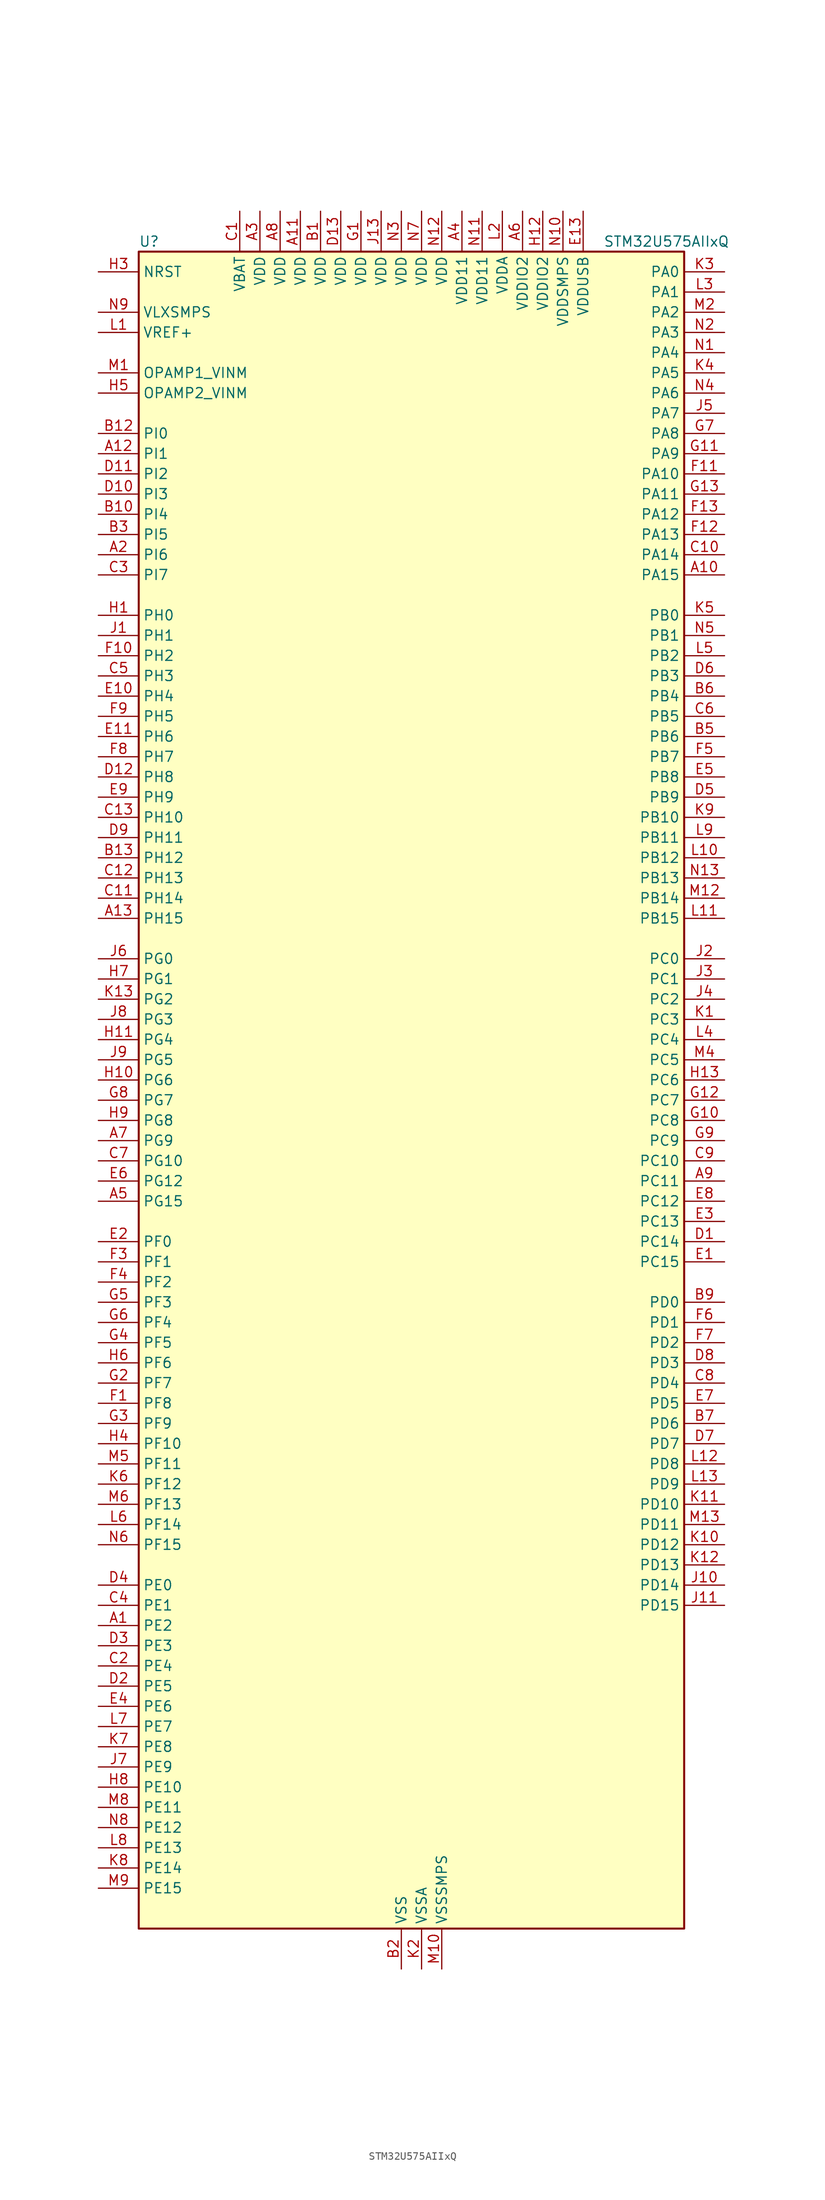
<source format=kicad_sym>
(kicad_symbol_lib
  (version 20211014)
  (generator kicad-library-utils)
  (symbol "STM32U575AIIxQ"
    (property "Reference" "U"
      (at -33.02 107.95 0)
      (effects (font (size 1.27 1.27)) (justify left)))
    (property "Value" "STM32U575AIIxQ"
      (at 25.4 107.95 0)
      (effects (font (size 1.27 1.27)) (justify left)))
    (property "ki_fp_filters" "*UFBGA*7x7mm*Layout13x13*P0.5mm*"
      (at 0.0 0.0 0.0)
      (effects (font (size 1.27 1.27))))
    (symbol "STM32U575AIIxQ_0_1"
      (rectangle (start -33.02 -104.14) (end 35.56 106.68) (stroke (width 0.254)) (fill (type background))))
    (symbol "STM32U575AIIxQ_1_1"
      (pin input line (at -38.1 104.14 0) (length 5.08) (name "NRST" (effects (font (size 1.27 1.27)))) (number "H3" (effects (font (size 1.27 1.27)))))
      (pin power_in line (at -38.1 99.06 0) (length 5.08) (name "VLXSMPS" (effects (font (size 1.27 1.27)))) (number "N9" (effects (font (size 1.27 1.27)))))
      (pin input line (at -38.1 96.52 0) (length 5.08) (name "VREF+" (effects (font (size 1.27 1.27)))) (number "L1" (effects (font (size 1.27 1.27)))) (alternate "VREFBUF_OUT" bidirectional line))
      (pin bidirectional line (at -38.1 91.44 0) (length 5.08) (name "OPAMP1_VINM" (effects (font (size 1.27 1.27)))) (number "M1" (effects (font (size 1.27 1.27)))) (alternate "OPAMP1_VINM" bidirectional line))
      (pin bidirectional line (at -38.1 88.9 0) (length 5.08) (name "OPAMP2_VINM" (effects (font (size 1.27 1.27)))) (number "H5" (effects (font (size 1.27 1.27)))) (alternate "OPAMP2_VINM" bidirectional line))
      (pin bidirectional line (at -38.1 83.82 0) (length 5.08) (name "PI0" (effects (font (size 1.27 1.27)))) (number "B12" (effects (font (size 1.27 1.27)))) (alternate "DCMI_D13" bidirectional line) (alternate "OCTOSPIM_P1_IO5" bidirectional line) (alternate "PSSI_D13" bidirectional line) (alternate "SPI2_NSS" bidirectional line) (alternate "TIM5_CH4" bidirectional line))
      (pin bidirectional line (at -38.1 81.28 0) (length 5.08) (name "PI1" (effects (font (size 1.27 1.27)))) (number "A12" (effects (font (size 1.27 1.27)))) (alternate "DCMI_D8" bidirectional line) (alternate "OCTOSPIM_P2_IO2" bidirectional line) (alternate "PSSI_D8" bidirectional line) (alternate "SPI2_SCK" bidirectional line))
      (pin bidirectional line (at -38.1 78.74 0) (length 5.08) (name "PI2" (effects (font (size 1.27 1.27)))) (number "D11" (effects (font (size 1.27 1.27)))) (alternate "DCMI_D9" bidirectional line) (alternate "OCTOSPIM_P2_IO1" bidirectional line) (alternate "PSSI_D9" bidirectional line) (alternate "SPI2_MISO" bidirectional line) (alternate "TIM8_CH4" bidirectional line))
      (pin bidirectional line (at -38.1 76.2 0) (length 5.08) (name "PI3" (effects (font (size 1.27 1.27)))) (number "D10" (effects (font (size 1.27 1.27)))) (alternate "DCMI_D10" bidirectional line) (alternate "OCTOSPIM_P2_IO0" bidirectional line) (alternate "PSSI_D10" bidirectional line) (alternate "SPI2_MOSI" bidirectional line) (alternate "TIM8_ETR" bidirectional line))
      (pin bidirectional line (at -38.1 73.66 0) (length 5.08) (name "PI4" (effects (font (size 1.27 1.27)))) (number "B10" (effects (font (size 1.27 1.27)))) (alternate "DCMI_D5" bidirectional line) (alternate "PSSI_D5" bidirectional line) (alternate "SPI2_RDY" bidirectional line) (alternate "TIM8_BKIN" bidirectional line))
      (pin bidirectional line (at -38.1 71.12 0) (length 5.08) (name "PI5" (effects (font (size 1.27 1.27)))) (number "B3" (effects (font (size 1.27 1.27)))) (alternate "DCMI_VSYNC" bidirectional line) (alternate "OCTOSPIM_P2_NCS" bidirectional line) (alternate "PSSI_RDY" bidirectional line) (alternate "TIM8_CH1" bidirectional line))
      (pin bidirectional line (at -38.1 68.58 0) (length 5.08) (name "PI6" (effects (font (size 1.27 1.27)))) (number "A2" (effects (font (size 1.27 1.27)))) (alternate "DCMI_D6" bidirectional line) (alternate "OCTOSPIM_P2_CLK" bidirectional line) (alternate "PSSI_D6" bidirectional line) (alternate "TIM8_CH2" bidirectional line))
      (pin bidirectional line (at -38.1 66.04 0) (length 5.08) (name "PI7" (effects (font (size 1.27 1.27)))) (number "C3" (effects (font (size 1.27 1.27)))) (alternate "DCMI_D7" bidirectional line) (alternate "OCTOSPIM_P2_NCLK" bidirectional line) (alternate "PSSI_D7" bidirectional line) (alternate "TIM8_CH3" bidirectional line))
      (pin bidirectional line (at -38.1 60.96 0) (length 5.08) (name "PH0" (effects (font (size 1.27 1.27)))) (number "H1" (effects (font (size 1.27 1.27)))) (alternate "RCC_OSC_IN" bidirectional line))
      (pin bidirectional line (at -38.1 58.42 0) (length 5.08) (name "PH1" (effects (font (size 1.27 1.27)))) (number "J1" (effects (font (size 1.27 1.27)))) (alternate "RCC_OSC_OUT" bidirectional line))
      (pin bidirectional line (at -38.1 55.88 0) (length 5.08) (name "PH2" (effects (font (size 1.27 1.27)))) (number "F10" (effects (font (size 1.27 1.27)))) (alternate "OCTOSPIM_P1_IO4" bidirectional line))
      (pin bidirectional line (at -38.1 53.34 0) (length 5.08) (name "PH3" (effects (font (size 1.27 1.27)))) (number "C5" (effects (font (size 1.27 1.27)))))
      (pin bidirectional line (at -38.1 50.8 0) (length 5.08) (name "PH4" (effects (font (size 1.27 1.27)))) (number "E10" (effects (font (size 1.27 1.27)))) (alternate "I2C2_SCL" bidirectional line) (alternate "OCTOSPIM_P2_DQS" bidirectional line) (alternate "PSSI_D14" bidirectional line))
      (pin bidirectional line (at -38.1 48.26 0) (length 5.08) (name "PH5" (effects (font (size 1.27 1.27)))) (number "F9" (effects (font (size 1.27 1.27)))) (alternate "DCMI_PIXCLK" bidirectional line) (alternate "I2C2_SDA" bidirectional line) (alternate "PSSI_PDCK" bidirectional line))
      (pin bidirectional line (at -38.1 45.72 0) (length 5.08) (name "PH6" (effects (font (size 1.27 1.27)))) (number "E11" (effects (font (size 1.27 1.27)))) (alternate "DCMI_D8" bidirectional line) (alternate "I2C2_SMBA" bidirectional line) (alternate "OCTOSPIM_P2_CLK" bidirectional line) (alternate "PSSI_D8" bidirectional line))
      (pin bidirectional line (at -38.1 43.18 0) (length 5.08) (name "PH7" (effects (font (size 1.27 1.27)))) (number "F8" (effects (font (size 1.27 1.27)))) (alternate "DCMI_D9" bidirectional line) (alternate "I2C3_SCL" bidirectional line) (alternate "OCTOSPIM_P2_NCLK" bidirectional line) (alternate "PSSI_D9" bidirectional line))
      (pin bidirectional line (at -38.1 40.64 0) (length 5.08) (name "PH8" (effects (font (size 1.27 1.27)))) (number "D12" (effects (font (size 1.27 1.27)))) (alternate "DCMI_HSYNC" bidirectional line) (alternate "I2C3_SDA" bidirectional line) (alternate "OCTOSPIM_P2_IO3" bidirectional line) (alternate "PSSI_DE" bidirectional line))
      (pin bidirectional line (at -38.1 38.1 0) (length 5.08) (name "PH9" (effects (font (size 1.27 1.27)))) (number "E9" (effects (font (size 1.27 1.27)))) (alternate "DAC1_EXTI9" bidirectional line) (alternate "DCMI_D0" bidirectional line) (alternate "I2C3_SMBA" bidirectional line) (alternate "OCTOSPIM_P2_IO4" bidirectional line) (alternate "PSSI_D0" bidirectional line))
      (pin bidirectional line (at -38.1 35.56 0) (length 5.08) (name "PH10" (effects (font (size 1.27 1.27)))) (number "C13" (effects (font (size 1.27 1.27)))) (alternate "DCMI_D1" bidirectional line) (alternate "OCTOSPIM_P2_IO5" bidirectional line) (alternate "PSSI_D1" bidirectional line) (alternate "TIM5_CH1" bidirectional line))
      (pin bidirectional line (at -38.1 33.02 0) (length 5.08) (name "PH11" (effects (font (size 1.27 1.27)))) (number "D9" (effects (font (size 1.27 1.27)))) (alternate "ADC1_EXTI11" bidirectional line) (alternate "DCMI_D2" bidirectional line) (alternate "OCTOSPIM_P2_IO6" bidirectional line) (alternate "PSSI_D2" bidirectional line) (alternate "TIM5_CH2" bidirectional line))
      (pin bidirectional line (at -38.1 30.48 0) (length 5.08) (name "PH12" (effects (font (size 1.27 1.27)))) (number "B13" (effects (font (size 1.27 1.27)))) (alternate "DCMI_D3" bidirectional line) (alternate "OCTOSPIM_P2_IO7" bidirectional line) (alternate "PSSI_D3" bidirectional line) (alternate "TIM5_CH3" bidirectional line) (alternate "TIM8_CH4N" bidirectional line))
      (pin bidirectional line (at -38.1 27.94 0) (length 5.08) (name "PH13" (effects (font (size 1.27 1.27)))) (number "C12" (effects (font (size 1.27 1.27)))) (alternate "FDCAN1_TX" bidirectional line) (alternate "TIM8_CH1N" bidirectional line))
      (pin bidirectional line (at -38.1 25.4 0) (length 5.08) (name "PH14" (effects (font (size 1.27 1.27)))) (number "C11" (effects (font (size 1.27 1.27)))) (alternate "DCMI_D4" bidirectional line) (alternate "FDCAN1_RX" bidirectional line) (alternate "PSSI_D4" bidirectional line) (alternate "TIM8_CH2N" bidirectional line))
      (pin bidirectional line (at -38.1 22.86 0) (length 5.08) (name "PH15" (effects (font (size 1.27 1.27)))) (number "A13" (effects (font (size 1.27 1.27)))) (alternate "ADC1_EXTI15" bidirectional line) (alternate "ADC4_EXTI15" bidirectional line) (alternate "DCMI_D11" bidirectional line) (alternate "OCTOSPIM_P2_IO6" bidirectional line) (alternate "PSSI_D11" bidirectional line) (alternate "TIM8_CH3N" bidirectional line))
      (pin bidirectional line (at -38.1 17.78 0) (length 5.08) (name "PG0" (effects (font (size 1.27 1.27)))) (number "J6" (effects (font (size 1.27 1.27)))) (alternate "ADC4_IN7" bidirectional line) (alternate "FMC_A10" bidirectional line) (alternate "OCTOSPIM_P2_IO4" bidirectional line) (alternate "TSC_G8_IO3" bidirectional line))
      (pin bidirectional line (at -38.1 15.24 0) (length 5.08) (name "PG1" (effects (font (size 1.27 1.27)))) (number "H7" (effects (font (size 1.27 1.27)))) (alternate "ADC4_IN8" bidirectional line) (alternate "FMC_A11" bidirectional line) (alternate "OCTOSPIM_P2_IO5" bidirectional line) (alternate "TSC_G8_IO4" bidirectional line))
      (pin bidirectional line (at -38.1 12.7 0) (length 5.08) (name "PG2" (effects (font (size 1.27 1.27)))) (number "K13" (effects (font (size 1.27 1.27)))) (alternate "FMC_A12" bidirectional line) (alternate "SAI2_SCK_B" bidirectional line) (alternate "SPI1_SCK" bidirectional line))
      (pin bidirectional line (at -38.1 10.16 0) (length 5.08) (name "PG3" (effects (font (size 1.27 1.27)))) (number "J8" (effects (font (size 1.27 1.27)))) (alternate "FMC_A13" bidirectional line) (alternate "SAI2_FS_B" bidirectional line) (alternate "SPI1_MISO" bidirectional line))
      (pin bidirectional line (at -38.1 7.62 0) (length 5.08) (name "PG4" (effects (font (size 1.27 1.27)))) (number "H11" (effects (font (size 1.27 1.27)))) (alternate "FMC_A14" bidirectional line) (alternate "SAI2_MCLK_B" bidirectional line) (alternate "SPI1_MOSI" bidirectional line))
      (pin bidirectional line (at -38.1 5.08 0) (length 5.08) (name "PG5" (effects (font (size 1.27 1.27)))) (number "J9" (effects (font (size 1.27 1.27)))) (alternate "FMC_A15" bidirectional line) (alternate "LPUART1_CTS" bidirectional line) (alternate "SAI2_SD_B" bidirectional line) (alternate "SPI1_NSS" bidirectional line))
      (pin bidirectional line (at -38.1 2.54 0) (length 5.08) (name "PG6" (effects (font (size 1.27 1.27)))) (number "H10" (effects (font (size 1.27 1.27)))) (alternate "I2C3_SMBA" bidirectional line) (alternate "LPUART1_DE" bidirectional line) (alternate "LPUART1_RTS" bidirectional line) (alternate "OCTOSPIM_P1_DQS" bidirectional line) (alternate "SPI1_RDY" bidirectional line) (alternate "UCPD1_FRSTX1" bidirectional line))
      (pin bidirectional line (at -38.1 0.0 0) (length 5.08) (name "PG7" (effects (font (size 1.27 1.27)))) (number "G8" (effects (font (size 1.27 1.27)))) (alternate "FMC_INT" bidirectional line) (alternate "I2C3_SCL" bidirectional line) (alternate "LPUART1_TX" bidirectional line) (alternate "MDF1_CCK0" bidirectional line) (alternate "OCTOSPIM_P2_DQS" bidirectional line) (alternate "SAI1_CK1" bidirectional line) (alternate "SAI1_MCLK_A" bidirectional line) (alternate "UCPD1_FRSTX2" bidirectional line))
      (pin bidirectional line (at -38.1 -2.54 0) (length 5.08) (name "PG8" (effects (font (size 1.27 1.27)))) (number "H9" (effects (font (size 1.27 1.27)))) (alternate "I2C3_SDA" bidirectional line) (alternate "LPUART1_RX" bidirectional line))
      (pin bidirectional line (at -38.1 -5.08 0) (length 5.08) (name "PG9" (effects (font (size 1.27 1.27)))) (number "A7" (effects (font (size 1.27 1.27)))) (alternate "DAC1_EXTI9" bidirectional line) (alternate "FMC_NCE" bidirectional line) (alternate "FMC_NE2" bidirectional line) (alternate "OCTOSPIM_P2_IO6" bidirectional line) (alternate "SAI2_SCK_A" bidirectional line) (alternate "SPI3_SCK" bidirectional line) (alternate "TIM15_CH1N" bidirectional line) (alternate "USART1_TX" bidirectional line))
      (pin bidirectional line (at -38.1 -7.62 0) (length 5.08) (name "PG10" (effects (font (size 1.27 1.27)))) (number "C7" (effects (font (size 1.27 1.27)))) (alternate "FMC_NE3" bidirectional line) (alternate "LPTIM1_IN1" bidirectional line) (alternate "OCTOSPIM_P2_IO7" bidirectional line) (alternate "SAI2_FS_A" bidirectional line) (alternate "SPI3_MISO" bidirectional line) (alternate "TIM15_CH1" bidirectional line) (alternate "USART1_RX" bidirectional line))
      (pin bidirectional line (at -38.1 -10.16 0) (length 5.08) (name "PG12" (effects (font (size 1.27 1.27)))) (number "E6" (effects (font (size 1.27 1.27)))) (alternate "FMC_NE4" bidirectional line) (alternate "LPTIM1_ETR" bidirectional line) (alternate "OCTOSPIM_P2_NCS" bidirectional line) (alternate "SAI2_SD_A" bidirectional line) (alternate "SPI3_NSS" bidirectional line) (alternate "USART1_DE" bidirectional line) (alternate "USART1_RTS" bidirectional line))
      (pin bidirectional line (at -38.1 -12.7 0) (length 5.08) (name "PG15" (effects (font (size 1.27 1.27)))) (number "A5" (effects (font (size 1.27 1.27)))) (alternate "ADC1_EXTI15" bidirectional line) (alternate "ADC4_EXTI15" bidirectional line) (alternate "DCMI_D13" bidirectional line) (alternate "I2C1_SMBA" bidirectional line) (alternate "LPTIM1_CH1" bidirectional line) (alternate "OCTOSPIM_P2_DQS" bidirectional line) (alternate "PSSI_D13" bidirectional line))
      (pin bidirectional line (at -38.1 -17.78 0) (length 5.08) (name "PF0" (effects (font (size 1.27 1.27)))) (number "E2" (effects (font (size 1.27 1.27)))) (alternate "FMC_A0" bidirectional line) (alternate "I2C2_SDA" bidirectional line) (alternate "OCTOSPIM_P2_IO0" bidirectional line))
      (pin bidirectional line (at -38.1 -20.32 0) (length 5.08) (name "PF1" (effects (font (size 1.27 1.27)))) (number "F3" (effects (font (size 1.27 1.27)))) (alternate "FMC_A1" bidirectional line) (alternate "I2C2_SCL" bidirectional line) (alternate "OCTOSPIM_P2_IO1" bidirectional line))
      (pin bidirectional line (at -38.1 -22.86 0) (length 5.08) (name "PF2" (effects (font (size 1.27 1.27)))) (number "F4" (effects (font (size 1.27 1.27)))) (alternate "FMC_A2" bidirectional line) (alternate "I2C2_SMBA" bidirectional line) (alternate "LPTIM3_CH2" bidirectional line) (alternate "OCTOSPIM_P2_IO2" bidirectional line) (alternate "PWR_WKUP8" bidirectional line))
      (pin bidirectional line (at -38.1 -25.4 0) (length 5.08) (name "PF3" (effects (font (size 1.27 1.27)))) (number "G5" (effects (font (size 1.27 1.27)))) (alternate "FMC_A3" bidirectional line) (alternate "LPTIM3_IN1" bidirectional line) (alternate "OCTOSPIM_P2_IO3" bidirectional line))
      (pin bidirectional line (at -38.1 -27.94 0) (length 5.08) (name "PF4" (effects (font (size 1.27 1.27)))) (number "G6" (effects (font (size 1.27 1.27)))) (alternate "FMC_A4" bidirectional line) (alternate "LPTIM3_ETR" bidirectional line) (alternate "OCTOSPIM_P2_CLK" bidirectional line))
      (pin bidirectional line (at -38.1 -30.48 0) (length 5.08) (name "PF5" (effects (font (size 1.27 1.27)))) (number "G4" (effects (font (size 1.27 1.27)))) (alternate "FMC_A5" bidirectional line) (alternate "LPTIM3_CH1" bidirectional line) (alternate "OCTOSPIM_P2_NCLK" bidirectional line))
      (pin bidirectional line (at -38.1 -33.02 0) (length 5.08) (name "PF6" (effects (font (size 1.27 1.27)))) (number "H6" (effects (font (size 1.27 1.27)))) (alternate "DCMI_D12" bidirectional line) (alternate "OCTOSPIM_P1_IO3" bidirectional line) (alternate "OCTOSPIM_P2_NCS" bidirectional line) (alternate "PSSI_D12" bidirectional line) (alternate "SAI1_SD_B" bidirectional line) (alternate "TIM5_CH1" bidirectional line) (alternate "TIM5_ETR" bidirectional line))
      (pin bidirectional line (at -38.1 -35.56 0) (length 5.08) (name "PF7" (effects (font (size 1.27 1.27)))) (number "G2" (effects (font (size 1.27 1.27)))) (alternate "FDCAN1_RX" bidirectional line) (alternate "OCTOSPIM_P1_IO2" bidirectional line) (alternate "SAI1_MCLK_B" bidirectional line) (alternate "TIM5_CH2" bidirectional line))
      (pin bidirectional line (at -38.1 -38.1 0) (length 5.08) (name "PF8" (effects (font (size 1.27 1.27)))) (number "F1" (effects (font (size 1.27 1.27)))) (alternate "FDCAN1_TX" bidirectional line) (alternate "OCTOSPIM_P1_IO0" bidirectional line) (alternate "PSSI_D14" bidirectional line) (alternate "SAI1_SCK_B" bidirectional line) (alternate "TIM5_CH3" bidirectional line))
      (pin bidirectional line (at -38.1 -40.64 0) (length 5.08) (name "PF9" (effects (font (size 1.27 1.27)))) (number "G3" (effects (font (size 1.27 1.27)))) (alternate "DAC1_EXTI9" bidirectional line) (alternate "OCTOSPIM_P1_IO1" bidirectional line) (alternate "PSSI_D15" bidirectional line) (alternate "SAI1_FS_B" bidirectional line) (alternate "TIM15_CH1" bidirectional line) (alternate "TIM5_CH4" bidirectional line))
      (pin bidirectional line (at -38.1 -43.18 0) (length 5.08) (name "PF10" (effects (font (size 1.27 1.27)))) (number "H4" (effects (font (size 1.27 1.27)))) (alternate "DCMI_D11" bidirectional line) (alternate "MDF1_CCK1" bidirectional line) (alternate "OCTOSPIM_P1_CLK" bidirectional line) (alternate "PSSI_D11" bidirectional line) (alternate "PSSI_D15" bidirectional line) (alternate "SAI1_D3" bidirectional line) (alternate "TIM15_CH2" bidirectional line))
      (pin bidirectional line (at -38.1 -45.72 0) (length 5.08) (name "PF11" (effects (font (size 1.27 1.27)))) (number "M5" (effects (font (size 1.27 1.27)))) (alternate "ADC1_EXTI11" bidirectional line) (alternate "DCMI_D12" bidirectional line) (alternate "LPTIM4_IN1" bidirectional line) (alternate "OCTOSPIM_P1_NCLK" bidirectional line) (alternate "PSSI_D12" bidirectional line))
      (pin bidirectional line (at -38.1 -48.26 0) (length 5.08) (name "PF12" (effects (font (size 1.27 1.27)))) (number "K6" (effects (font (size 1.27 1.27)))) (alternate "FMC_A6" bidirectional line) (alternate "LPTIM4_ETR" bidirectional line) (alternate "OCTOSPIM_P2_DQS" bidirectional line))
      (pin bidirectional line (at -38.1 -50.8 0) (length 5.08) (name "PF13" (effects (font (size 1.27 1.27)))) (number "M6" (effects (font (size 1.27 1.27)))) (alternate "FMC_A7" bidirectional line) (alternate "I2C4_SMBA" bidirectional line) (alternate "LPTIM4_OUT" bidirectional line) (alternate "UCPD1_FRSTX2" bidirectional line))
      (pin bidirectional line (at -38.1 -53.34 0) (length 5.08) (name "PF14" (effects (font (size 1.27 1.27)))) (number "L6" (effects (font (size 1.27 1.27)))) (alternate "ADC4_IN5" bidirectional line) (alternate "FMC_A8" bidirectional line) (alternate "I2C4_SCL" bidirectional line) (alternate "TSC_G8_IO1" bidirectional line))
      (pin bidirectional line (at -38.1 -55.88 0) (length 5.08) (name "PF15" (effects (font (size 1.27 1.27)))) (number "N6" (effects (font (size 1.27 1.27)))) (alternate "ADC1_EXTI15" bidirectional line) (alternate "ADC4_EXTI15" bidirectional line) (alternate "ADC4_IN6" bidirectional line) (alternate "FMC_A9" bidirectional line) (alternate "I2C4_SDA" bidirectional line) (alternate "TSC_G8_IO2" bidirectional line))
      (pin bidirectional line (at -38.1 -60.96 0) (length 5.08) (name "PE0" (effects (font (size 1.27 1.27)))) (number "D4" (effects (font (size 1.27 1.27)))) (alternate "DCMI_D2" bidirectional line) (alternate "FMC_NBL0" bidirectional line) (alternate "PSSI_D2" bidirectional line) (alternate "TIM16_CH1" bidirectional line) (alternate "TIM4_ETR" bidirectional line))
      (pin bidirectional line (at -38.1 -63.5 0) (length 5.08) (name "PE1" (effects (font (size 1.27 1.27)))) (number "C4" (effects (font (size 1.27 1.27)))) (alternate "DCMI_D3" bidirectional line) (alternate "FMC_NBL1" bidirectional line) (alternate "PSSI_D3" bidirectional line) (alternate "TIM17_CH1" bidirectional line))
      (pin bidirectional line (at -38.1 -66.04 0) (length 5.08) (name "PE2" (effects (font (size 1.27 1.27)))) (number "A1" (effects (font (size 1.27 1.27)))) (alternate "DEBUG_TRACECLK" bidirectional line) (alternate "FMC_A23" bidirectional line) (alternate "SAI1_CK1" bidirectional line) (alternate "SAI1_MCLK_A" bidirectional line) (alternate "TIM3_ETR" bidirectional line) (alternate "TSC_G7_IO1" bidirectional line))
      (pin bidirectional line (at -38.1 -68.58 0) (length 5.08) (name "PE3" (effects (font (size 1.27 1.27)))) (number "D3" (effects (font (size 1.27 1.27)))) (alternate "DEBUG_TRACED0" bidirectional line) (alternate "FMC_A19" bidirectional line) (alternate "OCTOSPIM_P1_DQS" bidirectional line) (alternate "SAI1_SD_B" bidirectional line) (alternate "TAMP_IN6" bidirectional line) (alternate "TAMP_OUT3" bidirectional line) (alternate "TIM3_CH1" bidirectional line) (alternate "TSC_G7_IO2" bidirectional line))
      (pin bidirectional line (at -38.1 -71.12 0) (length 5.08) (name "PE4" (effects (font (size 1.27 1.27)))) (number "C2" (effects (font (size 1.27 1.27)))) (alternate "DCMI_D4" bidirectional line) (alternate "DEBUG_TRACED1" bidirectional line) (alternate "FMC_A20" bidirectional line) (alternate "MDF1_SDI3" bidirectional line) (alternate "PSSI_D4" bidirectional line) (alternate "PWR_WKUP1" bidirectional line) (alternate "SAI1_D2" bidirectional line) (alternate "SAI1_FS_A" bidirectional line) (alternate "TAMP_IN7" bidirectional line) (alternate "TAMP_OUT8" bidirectional line) (alternate "TIM3_CH2" bidirectional line) (alternate "TSC_G7_IO3" bidirectional line))
      (pin bidirectional line (at -38.1 -73.66 0) (length 5.08) (name "PE5" (effects (font (size 1.27 1.27)))) (number "D2" (effects (font (size 1.27 1.27)))) (alternate "DCMI_D6" bidirectional line) (alternate "DEBUG_TRACED2" bidirectional line) (alternate "FMC_A21" bidirectional line) (alternate "MDF1_CKI3" bidirectional line) (alternate "PSSI_D6" bidirectional line) (alternate "PWR_WKUP2" bidirectional line) (alternate "SAI1_CK2" bidirectional line) (alternate "SAI1_SCK_A" bidirectional line) (alternate "TAMP_IN8" bidirectional line) (alternate "TAMP_OUT7" bidirectional line) (alternate "TIM3_CH3" bidirectional line) (alternate "TSC_G7_IO4" bidirectional line))
      (pin bidirectional line (at -38.1 -76.2 0) (length 5.08) (name "PE6" (effects (font (size 1.27 1.27)))) (number "E4" (effects (font (size 1.27 1.27)))) (alternate "DCMI_D7" bidirectional line) (alternate "DEBUG_TRACED3" bidirectional line) (alternate "FMC_A22" bidirectional line) (alternate "PSSI_D7" bidirectional line) (alternate "PWR_WKUP3" bidirectional line) (alternate "SAI1_D1" bidirectional line) (alternate "SAI1_SD_A" bidirectional line) (alternate "TAMP_IN3" bidirectional line) (alternate "TAMP_OUT6" bidirectional line) (alternate "TIM3_CH4" bidirectional line))
      (pin bidirectional line (at -38.1 -78.74 0) (length 5.08) (name "PE7" (effects (font (size 1.27 1.27)))) (number "L7" (effects (font (size 1.27 1.27)))) (alternate "FMC_D4" bidirectional line) (alternate "FMC_DA4" bidirectional line) (alternate "MDF1_SDI2" bidirectional line) (alternate "PWR_WKUP6" bidirectional line) (alternate "SAI1_SD_B" bidirectional line) (alternate "TIM1_ETR" bidirectional line))
      (pin bidirectional line (at -38.1 -81.28 0) (length 5.08) (name "PE8" (effects (font (size 1.27 1.27)))) (number "K7" (effects (font (size 1.27 1.27)))) (alternate "FMC_D5" bidirectional line) (alternate "FMC_DA5" bidirectional line) (alternate "MDF1_CKI2" bidirectional line) (alternate "PWR_WKUP7" bidirectional line) (alternate "SAI1_SCK_B" bidirectional line) (alternate "TIM1_CH1N" bidirectional line))
      (pin bidirectional line (at -38.1 -83.82 0) (length 5.08) (name "PE9" (effects (font (size 1.27 1.27)))) (number "J7" (effects (font (size 1.27 1.27)))) (alternate "ADF1_CCK0" bidirectional line) (alternate "DAC1_EXTI9" bidirectional line) (alternate "FMC_D6" bidirectional line) (alternate "FMC_DA6" bidirectional line) (alternate "MDF1_CCK0" bidirectional line) (alternate "OCTOSPIM_P1_NCLK" bidirectional line) (alternate "SAI1_FS_B" bidirectional line) (alternate "TIM1_CH1" bidirectional line))
      (pin bidirectional line (at -38.1 -86.36 0) (length 5.08) (name "PE10" (effects (font (size 1.27 1.27)))) (number "H8" (effects (font (size 1.27 1.27)))) (alternate "ADF1_SDI0" bidirectional line) (alternate "FMC_D7" bidirectional line) (alternate "FMC_DA7" bidirectional line) (alternate "MDF1_SDI4" bidirectional line) (alternate "OCTOSPIM_P1_CLK" bidirectional line) (alternate "SAI1_MCLK_B" bidirectional line) (alternate "TIM1_CH2N" bidirectional line) (alternate "TSC_G5_IO1" bidirectional line))
      (pin bidirectional line (at -38.1 -88.9 0) (length 5.08) (name "PE11" (effects (font (size 1.27 1.27)))) (number "M8" (effects (font (size 1.27 1.27)))) (alternate "ADC1_EXTI11" bidirectional line) (alternate "FMC_D8" bidirectional line) (alternate "FMC_DA8" bidirectional line) (alternate "MDF1_CKI4" bidirectional line) (alternate "OCTOSPIM_P1_NCS" bidirectional line) (alternate "SPI1_RDY" bidirectional line) (alternate "TIM1_CH2" bidirectional line) (alternate "TSC_G5_IO2" bidirectional line))
      (pin bidirectional line (at -38.1 -91.44 0) (length 5.08) (name "PE12" (effects (font (size 1.27 1.27)))) (number "N8" (effects (font (size 1.27 1.27)))) (alternate "FMC_D9" bidirectional line) (alternate "FMC_DA9" bidirectional line) (alternate "MDF1_SDI5" bidirectional line) (alternate "OCTOSPIM_P1_IO0" bidirectional line) (alternate "SPI1_NSS" bidirectional line) (alternate "TIM1_CH3N" bidirectional line) (alternate "TSC_G5_IO3" bidirectional line))
      (pin bidirectional line (at -38.1 -93.98 0) (length 5.08) (name "PE13" (effects (font (size 1.27 1.27)))) (number "L8" (effects (font (size 1.27 1.27)))) (alternate "FMC_D10" bidirectional line) (alternate "FMC_DA10" bidirectional line) (alternate "MDF1_CKI5" bidirectional line) (alternate "OCTOSPIM_P1_IO1" bidirectional line) (alternate "SPI1_SCK" bidirectional line) (alternate "TIM1_CH3" bidirectional line) (alternate "TSC_G5_IO4" bidirectional line))
      (pin bidirectional line (at -38.1 -96.52 0) (length 5.08) (name "PE14" (effects (font (size 1.27 1.27)))) (number "K8" (effects (font (size 1.27 1.27)))) (alternate "FMC_D11" bidirectional line) (alternate "FMC_DA11" bidirectional line) (alternate "OCTOSPIM_P1_IO2" bidirectional line) (alternate "SPI1_MISO" bidirectional line) (alternate "TIM1_BKIN2" bidirectional line) (alternate "TIM1_CH4" bidirectional line))
      (pin bidirectional line (at -38.1 -99.06 0) (length 5.08) (name "PE15" (effects (font (size 1.27 1.27)))) (number "M9" (effects (font (size 1.27 1.27)))) (alternate "ADC1_EXTI15" bidirectional line) (alternate "ADC4_EXTI15" bidirectional line) (alternate "FMC_D12" bidirectional line) (alternate "FMC_DA12" bidirectional line) (alternate "OCTOSPIM_P1_IO3" bidirectional line) (alternate "SPI1_MOSI" bidirectional line) (alternate "TIM1_BKIN" bidirectional line) (alternate "TIM1_CH4N" bidirectional line))
      (pin bidirectional line (at 40.64 104.14 180) (length 5.08) (name "PA0" (effects (font (size 1.27 1.27)))) (number "K3" (effects (font (size 1.27 1.27)))) (alternate "ADC1_IN5" bidirectional line) (alternate "AUDIOCLK" bidirectional line) (alternate "OCTOSPIM_P2_NCS" bidirectional line) (alternate "OPAMP1_VINP" bidirectional line) (alternate "PWR_WKUP1" bidirectional line) (alternate "SDMMC2_CMD" bidirectional line) (alternate "SPI3_RDY" bidirectional line) (alternate "TAMP_IN2" bidirectional line) (alternate "TAMP_OUT1" bidirectional line) (alternate "TIM2_CH1" bidirectional line) (alternate "TIM2_ETR" bidirectional line) (alternate "TIM5_CH1" bidirectional line) (alternate "TIM8_ETR" bidirectional line) (alternate "UART4_TX" bidirectional line) (alternate "USART2_CTS" bidirectional line))
      (pin bidirectional line (at 40.64 101.6 180) (length 5.08) (name "PA1" (effects (font (size 1.27 1.27)))) (number "L3" (effects (font (size 1.27 1.27)))) (alternate "ADC1_IN6" bidirectional line) (alternate "I2C1_SMBA" bidirectional line) (alternate "LPTIM1_CH2" bidirectional line) (alternate "OCTOSPIM_P1_DQS" bidirectional line) (alternate "OPAMP1_VINM" bidirectional line) (alternate "PWR_WKUP3" bidirectional line) (alternate "SPI1_SCK" bidirectional line) (alternate "TAMP_IN5" bidirectional line) (alternate "TAMP_OUT4" bidirectional line) (alternate "TIM15_CH1N" bidirectional line) (alternate "TIM2_CH2" bidirectional line) (alternate "TIM5_CH2" bidirectional line) (alternate "UART4_RX" bidirectional line) (alternate "USART2_DE" bidirectional line) (alternate "USART2_RTS" bidirectional line))
      (pin bidirectional line (at 40.64 99.06 180) (length 5.08) (name "PA2" (effects (font (size 1.27 1.27)))) (number "M2" (effects (font (size 1.27 1.27)))) (alternate "ADC1_IN7" bidirectional line) (alternate "COMP1_INP" bidirectional line) (alternate "LPUART1_TX" bidirectional line) (alternate "OCTOSPIM_P1_NCS" bidirectional line) (alternate "PWR_WKUP4" bidirectional line) (alternate "RCC_LSCO" bidirectional line) (alternate "SPI1_RDY" bidirectional line) (alternate "TIM15_CH1" bidirectional line) (alternate "TIM2_CH3" bidirectional line) (alternate "TIM5_CH3" bidirectional line) (alternate "UCPD1_FRSTX1" bidirectional line) (alternate "USART2_TX" bidirectional line))
      (pin bidirectional line (at 40.64 96.52 180) (length 5.08) (name "PA3" (effects (font (size 1.27 1.27)))) (number "N2" (effects (font (size 1.27 1.27)))) (alternate "ADC1_IN8" bidirectional line) (alternate "LPUART1_RX" bidirectional line) (alternate "OCTOSPIM_P1_CLK" bidirectional line) (alternate "OPAMP1_VOUT" bidirectional line) (alternate "PWR_WKUP5" bidirectional line) (alternate "SAI1_CK1" bidirectional line) (alternate "SAI1_MCLK_A" bidirectional line) (alternate "TIM15_CH2" bidirectional line) (alternate "TIM2_CH4" bidirectional line) (alternate "TIM5_CH4" bidirectional line) (alternate "USART2_RX" bidirectional line))
      (pin bidirectional line (at 40.64 93.98 180) (length 5.08) (name "PA4" (effects (font (size 1.27 1.27)))) (number "N1" (effects (font (size 1.27 1.27)))) (alternate "ADC1_IN9" bidirectional line) (alternate "ADC4_IN9" bidirectional line) (alternate "DAC1_OUT1" bidirectional line) (alternate "DCMI_HSYNC" bidirectional line) (alternate "LPTIM2_CH1" bidirectional line) (alternate "OCTOSPIM_P1_NCS" bidirectional line) (alternate "PSSI_DE" bidirectional line) (alternate "PWR_WKUP2" bidirectional line) (alternate "SAI1_FS_B" bidirectional line) (alternate "SPI1_NSS" bidirectional line) (alternate "SPI3_NSS" bidirectional line) (alternate "USART2_CK" bidirectional line))
      (pin bidirectional line (at 40.64 91.44 180) (length 5.08) (name "PA5" (effects (font (size 1.27 1.27)))) (number "K4" (effects (font (size 1.27 1.27)))) (alternate "ADC1_IN10" bidirectional line) (alternate "ADC4_IN10" bidirectional line) (alternate "DAC1_OUT2" bidirectional line) (alternate "LPTIM2_ETR" bidirectional line) (alternate "PSSI_D14" bidirectional line) (alternate "PWR_CSLEEP" bidirectional line) (alternate "PWR_WKUP6" bidirectional line) (alternate "SPI1_SCK" bidirectional line) (alternate "TIM2_CH1" bidirectional line) (alternate "TIM2_ETR" bidirectional line) (alternate "TIM8_CH1N" bidirectional line) (alternate "USART3_RX" bidirectional line))
      (pin bidirectional line (at 40.64 88.9 180) (length 5.08) (name "PA6" (effects (font (size 1.27 1.27)))) (number "N4" (effects (font (size 1.27 1.27)))) (alternate "ADC1_IN11" bidirectional line) (alternate "ADC4_IN11" bidirectional line) (alternate "DCMI_PIXCLK" bidirectional line) (alternate "LPUART1_CTS" bidirectional line) (alternate "OCTOSPIM_P1_IO3" bidirectional line) (alternate "OPAMP2_VINP" bidirectional line) (alternate "PSSI_PDCK" bidirectional line) (alternate "PWR_CDSTOP" bidirectional line) (alternate "PWR_WKUP7" bidirectional line) (alternate "SPI1_MISO" bidirectional line) (alternate "TIM16_CH1" bidirectional line) (alternate "TIM1_BKIN" bidirectional line) (alternate "TIM3_CH1" bidirectional line) (alternate "TIM8_BKIN" bidirectional line) (alternate "USART3_CTS" bidirectional line))
      (pin bidirectional line (at 40.64 86.36 180) (length 5.08) (name "PA7" (effects (font (size 1.27 1.27)))) (number "J5" (effects (font (size 1.27 1.27)))) (alternate "ADC1_IN12" bidirectional line) (alternate "ADC4_IN20" bidirectional line) (alternate "I2C3_SCL" bidirectional line) (alternate "LPTIM2_CH2" bidirectional line) (alternate "OCTOSPIM_P1_IO2" bidirectional line) (alternate "OPAMP2_VINM" bidirectional line) (alternate "PWR_SRDSTOP" bidirectional line) (alternate "PWR_WKUP8" bidirectional line) (alternate "SPI1_MOSI" bidirectional line) (alternate "TIM17_CH1" bidirectional line) (alternate "TIM1_CH1N" bidirectional line) (alternate "TIM3_CH2" bidirectional line) (alternate "TIM8_CH1N" bidirectional line) (alternate "USART3_TX" bidirectional line))
      (pin bidirectional line (at 40.64 83.82 180) (length 5.08) (name "PA8" (effects (font (size 1.27 1.27)))) (number "G7" (effects (font (size 1.27 1.27)))) (alternate "DEBUG_TRACECLK" bidirectional line) (alternate "LPTIM2_CH1" bidirectional line) (alternate "RCC_MCO" bidirectional line) (alternate "SAI1_CK2" bidirectional line) (alternate "SAI1_SCK_A" bidirectional line) (alternate "SPI1_RDY" bidirectional line) (alternate "TIM1_CH1" bidirectional line) (alternate "USART1_CK" bidirectional line) (alternate "USB_OTG_FS_SOF" bidirectional line))
      (pin bidirectional line (at 40.64 81.28 180) (length 5.08) (name "PA9" (effects (font (size 1.27 1.27)))) (number "G11" (effects (font (size 1.27 1.27)))) (alternate "DAC1_EXTI9" bidirectional line) (alternate "DCMI_D0" bidirectional line) (alternate "PSSI_D0" bidirectional line) (alternate "SAI1_FS_A" bidirectional line) (alternate "SPI2_SCK" bidirectional line) (alternate "TIM15_BKIN" bidirectional line) (alternate "TIM1_CH2" bidirectional line) (alternate "USART1_TX" bidirectional line) (alternate "USB_OTG_FS_VBUS" bidirectional line))
      (pin bidirectional line (at 40.64 78.74 180) (length 5.08) (name "PA10" (effects (font (size 1.27 1.27)))) (number "F11" (effects (font (size 1.27 1.27)))) (alternate "CRS_SYNC" bidirectional line) (alternate "DCMI_D1" bidirectional line) (alternate "LPTIM2_IN2" bidirectional line) (alternate "PSSI_D1" bidirectional line) (alternate "SAI1_D1" bidirectional line) (alternate "SAI1_SD_A" bidirectional line) (alternate "TIM17_BKIN" bidirectional line) (alternate "TIM1_CH3" bidirectional line) (alternate "USART1_RX" bidirectional line) (alternate "USB_OTG_FS_ID" bidirectional line))
      (pin bidirectional line (at 40.64 76.2 180) (length 5.08) (name "PA11" (effects (font (size 1.27 1.27)))) (number "G13" (effects (font (size 1.27 1.27)))) (alternate "ADC1_EXTI11" bidirectional line) (alternate "FDCAN1_RX" bidirectional line) (alternate "SPI1_MISO" bidirectional line) (alternate "TIM1_BKIN2" bidirectional line) (alternate "TIM1_CH4" bidirectional line) (alternate "USART1_CTS" bidirectional line) (alternate "USB_OTG_FS_DM" bidirectional line))
      (pin bidirectional line (at 40.64 73.66 180) (length 5.08) (name "PA12" (effects (font (size 1.27 1.27)))) (number "F13" (effects (font (size 1.27 1.27)))) (alternate "FDCAN1_TX" bidirectional line) (alternate "OCTOSPIM_P2_NCS" bidirectional line) (alternate "SPI1_MOSI" bidirectional line) (alternate "TIM1_ETR" bidirectional line) (alternate "USART1_DE" bidirectional line) (alternate "USART1_RTS" bidirectional line) (alternate "USB_OTG_FS_DP" bidirectional line))
      (pin bidirectional line (at 40.64 71.12 180) (length 5.08) (name "PA13" (effects (font (size 1.27 1.27)))) (number "F12" (effects (font (size 1.27 1.27)))) (alternate "DEBUG_JTMS-SWDIO" bidirectional line) (alternate "IR_OUT" bidirectional line) (alternate "SAI1_SD_B" bidirectional line) (alternate "USB_OTG_FS_NOE" bidirectional line))
      (pin bidirectional line (at 40.64 68.58 180) (length 5.08) (name "PA14" (effects (font (size 1.27 1.27)))) (number "C10" (effects (font (size 1.27 1.27)))) (alternate "DEBUG_JTCK-SWCLK" bidirectional line) (alternate "I2C1_SMBA" bidirectional line) (alternate "I2C4_SMBA" bidirectional line) (alternate "LPTIM1_CH1" bidirectional line) (alternate "SAI1_FS_B" bidirectional line) (alternate "USB_OTG_FS_SOF" bidirectional line))
      (pin bidirectional line (at 40.64 66.04 180) (length 5.08) (name "PA15" (effects (font (size 1.27 1.27)))) (number "A10" (effects (font (size 1.27 1.27)))) (alternate "ADC1_EXTI15" bidirectional line) (alternate "ADC4_EXTI15" bidirectional line) (alternate "DEBUG_JTDI" bidirectional line) (alternate "SAI2_FS_B" bidirectional line) (alternate "SPI1_NSS" bidirectional line) (alternate "SPI3_NSS" bidirectional line) (alternate "TIM2_CH1" bidirectional line) (alternate "TIM2_ETR" bidirectional line) (alternate "UART4_DE" bidirectional line) (alternate "UART4_RTS" bidirectional line) (alternate "UCPD1_CC1" bidirectional line) (alternate "USART2_RX" bidirectional line) (alternate "USART3_DE" bidirectional line) (alternate "USART3_RTS" bidirectional line))
      (pin bidirectional line (at 40.64 60.96 180) (length 5.08) (name "PB0" (effects (font (size 1.27 1.27)))) (number "K5" (effects (font (size 1.27 1.27)))) (alternate "ADC1_IN15" bidirectional line) (alternate "ADC4_IN18" bidirectional line) (alternate "AUDIOCLK" bidirectional line) (alternate "COMP1_OUT" bidirectional line) (alternate "LPTIM3_CH1" bidirectional line) (alternate "OCTOSPIM_P1_IO1" bidirectional line) (alternate "OPAMP2_VOUT" bidirectional line) (alternate "SPI1_NSS" bidirectional line) (alternate "TIM1_CH2N" bidirectional line) (alternate "TIM3_CH3" bidirectional line) (alternate "TIM8_CH2N" bidirectional line) (alternate "USART3_CK" bidirectional line))
      (pin bidirectional line (at 40.64 58.42 180) (length 5.08) (name "PB1" (effects (font (size 1.27 1.27)))) (number "N5" (effects (font (size 1.27 1.27)))) (alternate "ADC1_IN16" bidirectional line) (alternate "ADC4_IN19" bidirectional line) (alternate "COMP1_INM" bidirectional line) (alternate "LPTIM2_IN1" bidirectional line) (alternate "LPTIM3_CH2" bidirectional line) (alternate "LPUART1_DE" bidirectional line) (alternate "LPUART1_RTS" bidirectional line) (alternate "MDF1_SDI0" bidirectional line) (alternate "OCTOSPIM_P1_IO0" bidirectional line) (alternate "PWR_WKUP4" bidirectional line) (alternate "TIM1_CH3N" bidirectional line) (alternate "TIM3_CH4" bidirectional line) (alternate "TIM8_CH3N" bidirectional line) (alternate "USART3_DE" bidirectional line) (alternate "USART3_RTS" bidirectional line))
      (pin bidirectional line (at 40.64 55.88 180) (length 5.08) (name "PB2" (effects (font (size 1.27 1.27)))) (number "L5" (effects (font (size 1.27 1.27)))) (alternate "ADC1_IN17" bidirectional line) (alternate "COMP1_INP" bidirectional line) (alternate "I2C3_SMBA" bidirectional line) (alternate "LPTIM1_CH1" bidirectional line) (alternate "MDF1_CKI0" bidirectional line) (alternate "OCTOSPIM_P1_DQS" bidirectional line) (alternate "PWR_WKUP1" bidirectional line) (alternate "RTC_OUT2" bidirectional line) (alternate "SPI1_RDY" bidirectional line) (alternate "TIM8_CH4N" bidirectional line) (alternate "UCPD1_FRSTX1" bidirectional line))
      (pin bidirectional line (at 40.64 53.34 180) (length 5.08) (name "PB3" (effects (font (size 1.27 1.27)))) (number "D6" (effects (font (size 1.27 1.27)))) (alternate "ADF1_CCK0" bidirectional line) (alternate "COMP2_INM" bidirectional line) (alternate "CRS_SYNC" bidirectional line) (alternate "DEBUG_JTDO-SWO" bidirectional line) (alternate "I2C1_SDA" bidirectional line) (alternate "LPTIM1_CH1" bidirectional line) (alternate "SAI1_SCK_B" bidirectional line) (alternate "SDMMC2_D2" bidirectional line) (alternate "SPI1_SCK" bidirectional line) (alternate "SPI3_SCK" bidirectional line) (alternate "TIM2_CH2" bidirectional line) (alternate "USART1_DE" bidirectional line) (alternate "USART1_RTS" bidirectional line))
      (pin bidirectional line (at 40.64 50.8 180) (length 5.08) (name "PB4" (effects (font (size 1.27 1.27)))) (number "B6" (effects (font (size 1.27 1.27)))) (alternate "ADF1_SDI0" bidirectional line) (alternate "COMP2_INP" bidirectional line) (alternate "DCMI_D12" bidirectional line) (alternate "DEBUG_JTRST" bidirectional line) (alternate "I2C3_SDA" bidirectional line) (alternate "LPTIM1_CH2" bidirectional line) (alternate "PSSI_D12" bidirectional line) (alternate "SAI1_MCLK_B" bidirectional line) (alternate "SDMMC2_D3" bidirectional line) (alternate "SPI1_MISO" bidirectional line) (alternate "SPI3_MISO" bidirectional line) (alternate "TIM17_BKIN" bidirectional line) (alternate "TIM3_CH1" bidirectional line) (alternate "TSC_G2_IO1" bidirectional line) (alternate "UART5_DE" bidirectional line) (alternate "UART5_RTS" bidirectional line) (alternate "USART1_CTS" bidirectional line))
      (pin bidirectional line (at 40.64 48.26 180) (length 5.08) (name "PB5" (effects (font (size 1.27 1.27)))) (number "C6" (effects (font (size 1.27 1.27)))) (alternate "COMP2_OUT" bidirectional line) (alternate "DCMI_D10" bidirectional line) (alternate "I2C1_SMBA" bidirectional line) (alternate "LPTIM1_IN1" bidirectional line) (alternate "OCTOSPIM_P1_NCLK" bidirectional line) (alternate "PSSI_D10" bidirectional line) (alternate "PWR_WKUP6" bidirectional line) (alternate "SAI1_SD_B" bidirectional line) (alternate "SPI1_MOSI" bidirectional line) (alternate "SPI3_MOSI" bidirectional line) (alternate "TIM16_BKIN" bidirectional line) (alternate "TIM3_CH2" bidirectional line) (alternate "TSC_G2_IO2" bidirectional line) (alternate "UART5_CTS" bidirectional line) (alternate "UCPD1_DBCC1" bidirectional line) (alternate "USART1_CK" bidirectional line))
      (pin bidirectional line (at 40.64 45.72 180) (length 5.08) (name "PB6" (effects (font (size 1.27 1.27)))) (number "B5" (effects (font (size 1.27 1.27)))) (alternate "COMP2_INP" bidirectional line) (alternate "DCMI_D5" bidirectional line) (alternate "I2C1_SCL" bidirectional line) (alternate "I2C4_SCL" bidirectional line) (alternate "LPTIM1_ETR" bidirectional line) (alternate "MDF1_SDI5" bidirectional line) (alternate "PSSI_D5" bidirectional line) (alternate "PWR_WKUP3" bidirectional line) (alternate "SAI1_FS_B" bidirectional line) (alternate "TIM16_CH1N" bidirectional line) (alternate "TIM4_CH1" bidirectional line) (alternate "TIM8_BKIN2" bidirectional line) (alternate "TSC_G2_IO3" bidirectional line) (alternate "USART1_TX" bidirectional line))
      (pin bidirectional line (at 40.64 43.18 180) (length 5.08) (name "PB7" (effects (font (size 1.27 1.27)))) (number "F5" (effects (font (size 1.27 1.27)))) (alternate "COMP2_INM" bidirectional line) (alternate "DCMI_VSYNC" bidirectional line) (alternate "FMC_NL" bidirectional line) (alternate "I2C1_SDA" bidirectional line) (alternate "I2C4_SDA" bidirectional line) (alternate "LPTIM1_IN2" bidirectional line) (alternate "MDF1_CKI5" bidirectional line) (alternate "PSSI_RDY" bidirectional line) (alternate "PWR_PVD_IN" bidirectional line) (alternate "PWR_WKUP4" bidirectional line) (alternate "TIM17_CH1N" bidirectional line) (alternate "TIM4_CH2" bidirectional line) (alternate "TIM8_BKIN" bidirectional line) (alternate "TSC_G2_IO4" bidirectional line) (alternate "UART4_CTS" bidirectional line) (alternate "USART1_RX" bidirectional line))
      (pin bidirectional line (at 40.64 40.64 180) (length 5.08) (name "PB8" (effects (font (size 1.27 1.27)))) (number "E5" (effects (font (size 1.27 1.27)))) (alternate "DCMI_D6" bidirectional line) (alternate "FDCAN1_RX" bidirectional line) (alternate "I2C1_SCL" bidirectional line) (alternate "MDF1_CCK0" bidirectional line) (alternate "PSSI_D6" bidirectional line) (alternate "PWR_WKUP5" bidirectional line) (alternate "SAI1_CK1" bidirectional line) (alternate "SAI1_MCLK_A" bidirectional line) (alternate "SDMMC1_CKIN" bidirectional line) (alternate "SDMMC1_D4" bidirectional line) (alternate "SDMMC2_D4" bidirectional line) (alternate "SPI3_RDY" bidirectional line) (alternate "TIM16_CH1" bidirectional line) (alternate "TIM4_CH3" bidirectional line))
      (pin bidirectional line (at 40.64 38.1 180) (length 5.08) (name "PB9" (effects (font (size 1.27 1.27)))) (number "D5" (effects (font (size 1.27 1.27)))) (alternate "DAC1_EXTI9" bidirectional line) (alternate "DCMI_D7" bidirectional line) (alternate "FDCAN1_TX" bidirectional line) (alternate "I2C1_SDA" bidirectional line) (alternate "IR_OUT" bidirectional line) (alternate "PSSI_D7" bidirectional line) (alternate "SAI1_D2" bidirectional line) (alternate "SAI1_FS_A" bidirectional line) (alternate "SDMMC1_CDIR" bidirectional line) (alternate "SDMMC1_D5" bidirectional line) (alternate "SDMMC2_D5" bidirectional line) (alternate "SPI2_NSS" bidirectional line) (alternate "TIM17_CH1" bidirectional line) (alternate "TIM4_CH4" bidirectional line))
      (pin bidirectional line (at 40.64 35.56 180) (length 5.08) (name "PB10" (effects (font (size 1.27 1.27)))) (number "K9" (effects (font (size 1.27 1.27)))) (alternate "COMP1_OUT" bidirectional line) (alternate "I2C2_SCL" bidirectional line) (alternate "I2C4_SCL" bidirectional line) (alternate "LPTIM3_CH1" bidirectional line) (alternate "LPUART1_RX" bidirectional line) (alternate "OCTOSPIM_P1_CLK" bidirectional line) (alternate "PWR_WKUP8" bidirectional line) (alternate "SAI1_SCK_A" bidirectional line) (alternate "SPI2_SCK" bidirectional line) (alternate "TIM2_CH3" bidirectional line) (alternate "TSC_SYNC" bidirectional line) (alternate "USART3_TX" bidirectional line))
      (pin bidirectional line (at 40.64 33.02 180) (length 5.08) (name "PB11" (effects (font (size 1.27 1.27)))) (number "L9" (effects (font (size 1.27 1.27)))) (alternate "ADC1_EXTI11" bidirectional line) (alternate "COMP2_OUT" bidirectional line) (alternate "I2C2_SDA" bidirectional line) (alternate "I2C4_SDA" bidirectional line) (alternate "LPUART1_TX" bidirectional line) (alternate "OCTOSPIM_P1_NCS" bidirectional line) (alternate "SPI2_RDY" bidirectional line) (alternate "TIM2_CH4" bidirectional line) (alternate "USART3_RX" bidirectional line))
      (pin bidirectional line (at 40.64 30.48 180) (length 5.08) (name "PB12" (effects (font (size 1.27 1.27)))) (number "L10" (effects (font (size 1.27 1.27)))) (alternate "I2C2_SMBA" bidirectional line) (alternate "LPUART1_DE" bidirectional line) (alternate "LPUART1_RTS" bidirectional line) (alternate "MDF1_SDI1" bidirectional line) (alternate "OCTOSPIM_P1_NCLK" bidirectional line) (alternate "SAI2_FS_A" bidirectional line) (alternate "SPI2_NSS" bidirectional line) (alternate "TIM15_BKIN" bidirectional line) (alternate "TIM1_BKIN" bidirectional line) (alternate "TSC_G1_IO1" bidirectional line) (alternate "USART3_CK" bidirectional line))
      (pin bidirectional line (at 40.64 27.94 180) (length 5.08) (name "PB13" (effects (font (size 1.27 1.27)))) (number "N13" (effects (font (size 1.27 1.27)))) (alternate "I2C2_SCL" bidirectional line) (alternate "LPTIM3_IN1" bidirectional line) (alternate "LPUART1_CTS" bidirectional line) (alternate "MDF1_CKI1" bidirectional line) (alternate "SAI2_SCK_A" bidirectional line) (alternate "SPI2_SCK" bidirectional line) (alternate "TIM15_CH1N" bidirectional line) (alternate "TIM1_CH1N" bidirectional line) (alternate "TSC_G1_IO2" bidirectional line) (alternate "USART3_CTS" bidirectional line))
      (pin bidirectional line (at 40.64 25.4 180) (length 5.08) (name "PB14" (effects (font (size 1.27 1.27)))) (number "M12" (effects (font (size 1.27 1.27)))) (alternate "I2C2_SDA" bidirectional line) (alternate "LPTIM3_ETR" bidirectional line) (alternate "MDF1_SDI2" bidirectional line) (alternate "SAI2_MCLK_A" bidirectional line) (alternate "SDMMC2_D0" bidirectional line) (alternate "SPI2_MISO" bidirectional line) (alternate "TIM15_CH1" bidirectional line) (alternate "TIM1_CH2N" bidirectional line) (alternate "TIM8_CH2N" bidirectional line) (alternate "TSC_G1_IO3" bidirectional line) (alternate "UCPD1_DBCC2" bidirectional line) (alternate "USART3_DE" bidirectional line) (alternate "USART3_RTS" bidirectional line))
      (pin bidirectional line (at 40.64 22.86 180) (length 5.08) (name "PB15" (effects (font (size 1.27 1.27)))) (number "L11" (effects (font (size 1.27 1.27)))) (alternate "ADC1_EXTI15" bidirectional line) (alternate "ADC4_EXTI15" bidirectional line) (alternate "FMC_NBL1" bidirectional line) (alternate "LPTIM2_IN2" bidirectional line) (alternate "MDF1_CKI2" bidirectional line) (alternate "PWR_WKUP7" bidirectional line) (alternate "RTC_REFIN" bidirectional line) (alternate "SAI2_SD_A" bidirectional line) (alternate "SDMMC2_D1" bidirectional line) (alternate "SPI2_MOSI" bidirectional line) (alternate "TIM15_CH2" bidirectional line) (alternate "TIM1_CH3N" bidirectional line) (alternate "TIM8_CH3N" bidirectional line) (alternate "UCPD1_CC2" bidirectional line))
      (pin bidirectional line (at 40.64 17.78 180) (length 5.08) (name "PC0" (effects (font (size 1.27 1.27)))) (number "J2" (effects (font (size 1.27 1.27)))) (alternate "ADC1_IN1" bidirectional line) (alternate "ADC4_IN1" bidirectional line) (alternate "I2C3_SCL" bidirectional line) (alternate "LPTIM1_IN1" bidirectional line) (alternate "LPTIM2_IN1" bidirectional line) (alternate "LPUART1_RX" bidirectional line) (alternate "MDF1_SDI4" bidirectional line) (alternate "OCTOSPIM_P1_IO7" bidirectional line) (alternate "SAI2_FS_A" bidirectional line) (alternate "SDMMC1_D5" bidirectional line) (alternate "SPI2_RDY" bidirectional line))
      (pin bidirectional line (at 40.64 15.24 180) (length 5.08) (name "PC1" (effects (font (size 1.27 1.27)))) (number "J3" (effects (font (size 1.27 1.27)))) (alternate "ADC1_IN2" bidirectional line) (alternate "ADC4_IN2" bidirectional line) (alternate "DEBUG_TRACED0" bidirectional line) (alternate "I2C3_SDA" bidirectional line) (alternate "LPTIM1_CH1" bidirectional line) (alternate "LPUART1_TX" bidirectional line) (alternate "MDF1_CKI4" bidirectional line) (alternate "OCTOSPIM_P1_IO4" bidirectional line) (alternate "SAI1_SD_A" bidirectional line) (alternate "SDMMC2_CK" bidirectional line) (alternate "SPI2_MOSI" bidirectional line))
      (pin bidirectional line (at 40.64 12.7 180) (length 5.08) (name "PC2" (effects (font (size 1.27 1.27)))) (number "J4" (effects (font (size 1.27 1.27)))) (alternate "ADC1_IN3" bidirectional line) (alternate "ADC4_IN3" bidirectional line) (alternate "LPTIM1_IN2" bidirectional line) (alternate "MDF1_CCK1" bidirectional line) (alternate "OCTOSPIM_P1_IO5" bidirectional line) (alternate "SPI2_MISO" bidirectional line))
      (pin bidirectional line (at 40.64 10.16 180) (length 5.08) (name "PC3" (effects (font (size 1.27 1.27)))) (number "K1" (effects (font (size 1.27 1.27)))) (alternate "ADC1_IN4" bidirectional line) (alternate "ADC4_IN4" bidirectional line) (alternate "LPTIM1_ETR" bidirectional line) (alternate "LPTIM2_ETR" bidirectional line) (alternate "LPTIM3_CH1" bidirectional line) (alternate "OCTOSPIM_P1_IO6" bidirectional line) (alternate "SAI1_D1" bidirectional line) (alternate "SAI1_SD_A" bidirectional line) (alternate "SPI2_MOSI" bidirectional line))
      (pin bidirectional line (at 40.64 7.62 180) (length 5.08) (name "PC4" (effects (font (size 1.27 1.27)))) (number "L4" (effects (font (size 1.27 1.27)))) (alternate "ADC1_IN13" bidirectional line) (alternate "ADC4_IN22" bidirectional line) (alternate "COMP1_INM" bidirectional line) (alternate "OCTOSPIM_P1_IO7" bidirectional line) (alternate "USART3_TX" bidirectional line))
      (pin bidirectional line (at 40.64 5.08 180) (length 5.08) (name "PC5" (effects (font (size 1.27 1.27)))) (number "M4" (effects (font (size 1.27 1.27)))) (alternate "ADC1_IN14" bidirectional line) (alternate "ADC4_IN23" bidirectional line) (alternate "COMP1_INP" bidirectional line) (alternate "PSSI_D15" bidirectional line) (alternate "PWR_WKUP5" bidirectional line) (alternate "SAI1_D3" bidirectional line) (alternate "TAMP_IN4" bidirectional line) (alternate "TAMP_OUT5" bidirectional line) (alternate "TIM1_CH4N" bidirectional line) (alternate "USART3_RX" bidirectional line))
      (pin bidirectional line (at 40.64 2.54 180) (length 5.08) (name "PC6" (effects (font (size 1.27 1.27)))) (number "H13" (effects (font (size 1.27 1.27)))) (alternate "DCMI_D0" bidirectional line) (alternate "MDF1_CKI3" bidirectional line) (alternate "PSSI_D0" bidirectional line) (alternate "PWR_CSLEEP" bidirectional line) (alternate "SAI2_MCLK_A" bidirectional line) (alternate "SDMMC1_D0DIR" bidirectional line) (alternate "SDMMC1_D6" bidirectional line) (alternate "SDMMC2_D6" bidirectional line) (alternate "TIM3_CH1" bidirectional line) (alternate "TIM8_CH1" bidirectional line) (alternate "TSC_G4_IO1" bidirectional line))
      (pin bidirectional line (at 40.64 0.0 180) (length 5.08) (name "PC7" (effects (font (size 1.27 1.27)))) (number "G12" (effects (font (size 1.27 1.27)))) (alternate "DCMI_D1" bidirectional line) (alternate "LPTIM2_CH2" bidirectional line) (alternate "MDF1_SDI3" bidirectional line) (alternate "PSSI_D1" bidirectional line) (alternate "PWR_CDSTOP" bidirectional line) (alternate "SAI2_MCLK_B" bidirectional line) (alternate "SDMMC1_D123DIR" bidirectional line) (alternate "SDMMC1_D7" bidirectional line) (alternate "SDMMC2_D7" bidirectional line) (alternate "TIM3_CH2" bidirectional line) (alternate "TIM8_CH2" bidirectional line) (alternate "TSC_G4_IO2" bidirectional line))
      (pin bidirectional line (at 40.64 -2.54 180) (length 5.08) (name "PC8" (effects (font (size 1.27 1.27)))) (number "G10" (effects (font (size 1.27 1.27)))) (alternate "DCMI_D2" bidirectional line) (alternate "LPTIM3_CH1" bidirectional line) (alternate "PSSI_D2" bidirectional line) (alternate "PWR_SRDSTOP" bidirectional line) (alternate "SDMMC1_D0" bidirectional line) (alternate "TIM3_CH3" bidirectional line) (alternate "TIM8_CH3" bidirectional line) (alternate "TSC_G4_IO3" bidirectional line))
      (pin bidirectional line (at 40.64 -5.08 180) (length 5.08) (name "PC9" (effects (font (size 1.27 1.27)))) (number "G9" (effects (font (size 1.27 1.27)))) (alternate "DAC1_EXTI9" bidirectional line) (alternate "DCMI_D3" bidirectional line) (alternate "DEBUG_TRACED0" bidirectional line) (alternate "LPTIM3_CH2" bidirectional line) (alternate "PSSI_D3" bidirectional line) (alternate "SDMMC1_D1" bidirectional line) (alternate "TIM3_CH4" bidirectional line) (alternate "TIM8_BKIN2" bidirectional line) (alternate "TIM8_CH4" bidirectional line) (alternate "TSC_G4_IO4" bidirectional line) (alternate "USB_OTG_FS_NOE" bidirectional line))
      (pin bidirectional line (at 40.64 -7.62 180) (length 5.08) (name "PC10" (effects (font (size 1.27 1.27)))) (number "C9" (effects (font (size 1.27 1.27)))) (alternate "ADF1_CCK1" bidirectional line) (alternate "DCMI_D8" bidirectional line) (alternate "DEBUG_TRACED1" bidirectional line) (alternate "LPTIM3_ETR" bidirectional line) (alternate "PSSI_D8" bidirectional line) (alternate "SAI2_SCK_B" bidirectional line) (alternate "SDMMC1_D2" bidirectional line) (alternate "SPI3_SCK" bidirectional line) (alternate "TSC_G3_IO2" bidirectional line) (alternate "UART4_TX" bidirectional line) (alternate "USART3_TX" bidirectional line))
      (pin bidirectional line (at 40.64 -10.16 180) (length 5.08) (name "PC11" (effects (font (size 1.27 1.27)))) (number "A9" (effects (font (size 1.27 1.27)))) (alternate "ADC1_EXTI11" bidirectional line) (alternate "ADF1_SDI0" bidirectional line) (alternate "DCMI_D2" bidirectional line) (alternate "DCMI_D4" bidirectional line) (alternate "LPTIM3_IN1" bidirectional line) (alternate "OCTOSPIM_P1_NCS" bidirectional line) (alternate "PSSI_D2" bidirectional line) (alternate "PSSI_D4" bidirectional line) (alternate "SAI2_MCLK_B" bidirectional line) (alternate "SDMMC1_D3" bidirectional line) (alternate "SPI3_MISO" bidirectional line) (alternate "TSC_G3_IO3" bidirectional line) (alternate "UART4_RX" bidirectional line) (alternate "UCPD1_FRSTX2" bidirectional line) (alternate "USART3_RX" bidirectional line))
      (pin bidirectional line (at 40.64 -12.7 180) (length 5.08) (name "PC12" (effects (font (size 1.27 1.27)))) (number "E8" (effects (font (size 1.27 1.27)))) (alternate "DCMI_D9" bidirectional line) (alternate "DEBUG_TRACED3" bidirectional line) (alternate "PSSI_D9" bidirectional line) (alternate "SAI2_SD_B" bidirectional line) (alternate "SDMMC1_CK" bidirectional line) (alternate "SPI3_MOSI" bidirectional line) (alternate "TSC_G3_IO4" bidirectional line) (alternate "UART5_TX" bidirectional line) (alternate "USART3_CK" bidirectional line))
      (pin bidirectional line (at 40.64 -15.24 180) (length 5.08) (name "PC13" (effects (font (size 1.27 1.27)))) (number "E3" (effects (font (size 1.27 1.27)))) (alternate "PWR_WKUP2" bidirectional line) (alternate "RTC_OUT1" bidirectional line) (alternate "RTC_TS" bidirectional line) (alternate "TAMP_IN1" bidirectional line) (alternate "TAMP_OUT2" bidirectional line))
      (pin bidirectional line (at 40.64 -17.78 180) (length 5.08) (name "PC14" (effects (font (size 1.27 1.27)))) (number "D1" (effects (font (size 1.27 1.27)))) (alternate "RCC_OSC32_IN" bidirectional line))
      (pin bidirectional line (at 40.64 -20.32 180) (length 5.08) (name "PC15" (effects (font (size 1.27 1.27)))) (number "E1" (effects (font (size 1.27 1.27)))) (alternate "ADC1_EXTI15" bidirectional line) (alternate "ADC4_EXTI15" bidirectional line) (alternate "RCC_OSC32_OUT" bidirectional line))
      (pin bidirectional line (at 40.64 -25.4 180) (length 5.08) (name "PD0" (effects (font (size 1.27 1.27)))) (number "B9" (effects (font (size 1.27 1.27)))) (alternate "FDCAN1_RX" bidirectional line) (alternate "FMC_D2" bidirectional line) (alternate "FMC_DA2" bidirectional line) (alternate "SPI2_NSS" bidirectional line) (alternate "TIM8_CH4N" bidirectional line))
      (pin bidirectional line (at 40.64 -27.94 180) (length 5.08) (name "PD1" (effects (font (size 1.27 1.27)))) (number "F6" (effects (font (size 1.27 1.27)))) (alternate "FDCAN1_TX" bidirectional line) (alternate "FMC_D3" bidirectional line) (alternate "FMC_DA3" bidirectional line) (alternate "SPI2_SCK" bidirectional line))
      (pin bidirectional line (at 40.64 -30.48 180) (length 5.08) (name "PD2" (effects (font (size 1.27 1.27)))) (number "F7" (effects (font (size 1.27 1.27)))) (alternate "DCMI_D11" bidirectional line) (alternate "DEBUG_TRACED2" bidirectional line) (alternate "LPTIM4_ETR" bidirectional line) (alternate "PSSI_D11" bidirectional line) (alternate "SDMMC1_CMD" bidirectional line) (alternate "TIM3_ETR" bidirectional line) (alternate "TSC_SYNC" bidirectional line) (alternate "UART5_RX" bidirectional line) (alternate "USART3_DE" bidirectional line) (alternate "USART3_RTS" bidirectional line))
      (pin bidirectional line (at 40.64 -33.02 180) (length 5.08) (name "PD3" (effects (font (size 1.27 1.27)))) (number "D8" (effects (font (size 1.27 1.27)))) (alternate "DCMI_D5" bidirectional line) (alternate "FMC_CLK" bidirectional line) (alternate "MDF1_SDI0" bidirectional line) (alternate "OCTOSPIM_P2_NCS" bidirectional line) (alternate "PSSI_D5" bidirectional line) (alternate "SPI2_MISO" bidirectional line) (alternate "SPI2_SCK" bidirectional line) (alternate "USART2_CTS" bidirectional line))
      (pin bidirectional line (at 40.64 -35.56 180) (length 5.08) (name "PD4" (effects (font (size 1.27 1.27)))) (number "C8" (effects (font (size 1.27 1.27)))) (alternate "FMC_NOE" bidirectional line) (alternate "MDF1_CKI0" bidirectional line) (alternate "OCTOSPIM_P1_IO4" bidirectional line) (alternate "SPI2_MOSI" bidirectional line) (alternate "USART2_DE" bidirectional line) (alternate "USART2_RTS" bidirectional line))
      (pin bidirectional line (at 40.64 -38.1 180) (length 5.08) (name "PD5" (effects (font (size 1.27 1.27)))) (number "E7" (effects (font (size 1.27 1.27)))) (alternate "FMC_NWE" bidirectional line) (alternate "OCTOSPIM_P1_IO5" bidirectional line) (alternate "SPI2_RDY" bidirectional line) (alternate "USART2_TX" bidirectional line))
      (pin bidirectional line (at 40.64 -40.64 180) (length 5.08) (name "PD6" (effects (font (size 1.27 1.27)))) (number "B7" (effects (font (size 1.27 1.27)))) (alternate "DCMI_D10" bidirectional line) (alternate "FMC_NWAIT" bidirectional line) (alternate "MDF1_SDI1" bidirectional line) (alternate "OCTOSPIM_P1_IO6" bidirectional line) (alternate "PSSI_D10" bidirectional line) (alternate "SAI1_D1" bidirectional line) (alternate "SAI1_SD_A" bidirectional line) (alternate "SDMMC2_CK" bidirectional line) (alternate "SPI3_MOSI" bidirectional line) (alternate "USART2_RX" bidirectional line))
      (pin bidirectional line (at 40.64 -43.18 180) (length 5.08) (name "PD7" (effects (font (size 1.27 1.27)))) (number "D7" (effects (font (size 1.27 1.27)))) (alternate "FMC_NCE" bidirectional line) (alternate "FMC_NE1" bidirectional line) (alternate "LPTIM4_OUT" bidirectional line) (alternate "MDF1_CKI1" bidirectional line) (alternate "OCTOSPIM_P1_IO7" bidirectional line) (alternate "SDMMC2_CMD" bidirectional line) (alternate "USART2_CK" bidirectional line))
      (pin bidirectional line (at 40.64 -45.72 180) (length 5.08) (name "PD8" (effects (font (size 1.27 1.27)))) (number "L12" (effects (font (size 1.27 1.27)))) (alternate "DCMI_HSYNC" bidirectional line) (alternate "FMC_D13" bidirectional line) (alternate "FMC_DA13" bidirectional line) (alternate "PSSI_DE" bidirectional line) (alternate "USART3_TX" bidirectional line))
      (pin bidirectional line (at 40.64 -48.26 180) (length 5.08) (name "PD9" (effects (font (size 1.27 1.27)))) (number "L13" (effects (font (size 1.27 1.27)))) (alternate "DAC1_EXTI9" bidirectional line) (alternate "DCMI_PIXCLK" bidirectional line) (alternate "FMC_D14" bidirectional line) (alternate "FMC_DA14" bidirectional line) (alternate "LPTIM2_IN2" bidirectional line) (alternate "LPTIM3_IN1" bidirectional line) (alternate "PSSI_PDCK" bidirectional line) (alternate "SAI2_MCLK_A" bidirectional line) (alternate "USART3_RX" bidirectional line))
      (pin bidirectional line (at 40.64 -50.8 180) (length 5.08) (name "PD10" (effects (font (size 1.27 1.27)))) (number "K11" (effects (font (size 1.27 1.27)))) (alternate "FMC_D15" bidirectional line) (alternate "FMC_DA15" bidirectional line) (alternate "LPTIM2_CH2" bidirectional line) (alternate "LPTIM3_ETR" bidirectional line) (alternate "SAI2_SCK_A" bidirectional line) (alternate "TSC_G6_IO1" bidirectional line) (alternate "USART3_CK" bidirectional line))
      (pin bidirectional line (at 40.64 -53.34 180) (length 5.08) (name "PD11" (effects (font (size 1.27 1.27)))) (number "M13" (effects (font (size 1.27 1.27)))) (alternate "ADC1_EXTI11" bidirectional line) (alternate "ADC4_IN15" bidirectional line) (alternate "FMC_A16" bidirectional line) (alternate "FMC_CLE" bidirectional line) (alternate "I2C4_SMBA" bidirectional line) (alternate "LPTIM2_ETR" bidirectional line) (alternate "SAI2_SD_A" bidirectional line) (alternate "TSC_G6_IO2" bidirectional line) (alternate "USART3_CTS" bidirectional line))
      (pin bidirectional line (at 40.64 -55.88 180) (length 5.08) (name "PD12" (effects (font (size 1.27 1.27)))) (number "K10" (effects (font (size 1.27 1.27)))) (alternate "ADC4_IN16" bidirectional line) (alternate "FMC_A17" bidirectional line) (alternate "FMC_ALE" bidirectional line) (alternate "I2C4_SCL" bidirectional line) (alternate "LPTIM2_IN1" bidirectional line) (alternate "SAI2_FS_A" bidirectional line) (alternate "TIM4_CH1" bidirectional line) (alternate "TSC_G6_IO3" bidirectional line) (alternate "USART3_DE" bidirectional line) (alternate "USART3_RTS" bidirectional line))
      (pin bidirectional line (at 40.64 -58.42 180) (length 5.08) (name "PD13" (effects (font (size 1.27 1.27)))) (number "K12" (effects (font (size 1.27 1.27)))) (alternate "ADC4_IN17" bidirectional line) (alternate "FMC_A18" bidirectional line) (alternate "I2C4_SDA" bidirectional line) (alternate "LPTIM2_CH1" bidirectional line) (alternate "LPTIM4_IN1" bidirectional line) (alternate "TIM4_CH2" bidirectional line) (alternate "TSC_G6_IO4" bidirectional line))
      (pin bidirectional line (at 40.64 -60.96 180) (length 5.08) (name "PD14" (effects (font (size 1.27 1.27)))) (number "J10" (effects (font (size 1.27 1.27)))) (alternate "FMC_D0" bidirectional line) (alternate "FMC_DA0" bidirectional line) (alternate "LPTIM3_CH1" bidirectional line) (alternate "TIM4_CH3" bidirectional line))
      (pin bidirectional line (at 40.64 -63.5 180) (length 5.08) (name "PD15" (effects (font (size 1.27 1.27)))) (number "J11" (effects (font (size 1.27 1.27)))) (alternate "ADC1_EXTI15" bidirectional line) (alternate "ADC4_EXTI15" bidirectional line) (alternate "FMC_D1" bidirectional line) (alternate "FMC_DA1" bidirectional line) (alternate "LPTIM3_CH2" bidirectional line) (alternate "TIM4_CH4" bidirectional line))
      (pin power_in line (at -20.32 111.76 270) (length 5.08) (name "VBAT" (effects (font (size 1.27 1.27)))) (number "C1" (effects (font (size 1.27 1.27)))))
      (pin power_in line (at -17.78 111.76 270) (length 5.08) (name "VDD" (effects (font (size 1.27 1.27)))) (number "A3" (effects (font (size 1.27 1.27)))))
      (pin power_in line (at -15.24 111.76 270) (length 5.08) (name "VDD" (effects (font (size 1.27 1.27)))) (number "A8" (effects (font (size 1.27 1.27)))))
      (pin power_in line (at -12.7 111.76 270) (length 5.08) (name "VDD" (effects (font (size 1.27 1.27)))) (number "A11" (effects (font (size 1.27 1.27)))))
      (pin power_in line (at -10.16 111.76 270) (length 5.08) (name "VDD" (effects (font (size 1.27 1.27)))) (number "B1" (effects (font (size 1.27 1.27)))))
      (pin power_in line (at -7.62 111.76 270) (length 5.08) (name "VDD" (effects (font (size 1.27 1.27)))) (number "D13" (effects (font (size 1.27 1.27)))))
      (pin power_in line (at -5.08 111.76 270) (length 5.08) (name "VDD" (effects (font (size 1.27 1.27)))) (number "G1" (effects (font (size 1.27 1.27)))))
      (pin power_in line (at -2.54 111.76 270) (length 5.08) (name "VDD" (effects (font (size 1.27 1.27)))) (number "J13" (effects (font (size 1.27 1.27)))))
      (pin power_in line (at 0.0 111.76 270) (length 5.08) (name "VDD" (effects (font (size 1.27 1.27)))) (number "N3" (effects (font (size 1.27 1.27)))))
      (pin power_in line (at 2.54 111.76 270) (length 5.08) (name "VDD" (effects (font (size 1.27 1.27)))) (number "N7" (effects (font (size 1.27 1.27)))))
      (pin power_in line (at 5.08 111.76 270) (length 5.08) (name "VDD" (effects (font (size 1.27 1.27)))) (number "N12" (effects (font (size 1.27 1.27)))))
      (pin power_in line (at 7.62 111.76 270) (length 5.08) (name "VDD11" (effects (font (size 1.27 1.27)))) (number "A4" (effects (font (size 1.27 1.27)))))
      (pin power_in line (at 10.16 111.76 270) (length 5.08) (name "VDD11" (effects (font (size 1.27 1.27)))) (number "N11" (effects (font (size 1.27 1.27)))))
      (pin power_in line (at 12.7 111.76 270) (length 5.08) (name "VDDA" (effects (font (size 1.27 1.27)))) (number "L2" (effects (font (size 1.27 1.27)))))
      (pin power_in line (at 15.24 111.76 270) (length 5.08) (name "VDDIO2" (effects (font (size 1.27 1.27)))) (number "A6" (effects (font (size 1.27 1.27)))))
      (pin power_in line (at 17.78 111.76 270) (length 5.08) (name "VDDIO2" (effects (font (size 1.27 1.27)))) (number "H12" (effects (font (size 1.27 1.27)))))
      (pin power_in line (at 20.32 111.76 270) (length 5.08) (name "VDDSMPS" (effects (font (size 1.27 1.27)))) (number "N10" (effects (font (size 1.27 1.27)))))
      (pin power_in line (at 22.86 111.76 270) (length 5.08) (name "VDDUSB" (effects (font (size 1.27 1.27)))) (number "E13" (effects (font (size 1.27 1.27)))))
      (pin power_in line (at 0.0 -109.22 90) (length 5.08) (name "VSS" (effects (font (size 1.27 1.27)))) (number "B2" (effects (font (size 1.27 1.27)))))
      (pin passive line (at 0.0 -109.22 90) (length 5.08) hide (name "VSS" (effects (font (size 1.27 1.27)))) (number "B4" (effects (font (size 1.27 1.27)))))
      (pin passive line (at 0.0 -109.22 90) (length 5.08) hide (name "VSS" (effects (font (size 1.27 1.27)))) (number "B8" (effects (font (size 1.27 1.27)))))
      (pin passive line (at 0.0 -109.22 90) (length 5.08) hide (name "VSS" (effects (font (size 1.27 1.27)))) (number "B11" (effects (font (size 1.27 1.27)))))
      (pin passive line (at 0.0 -109.22 90) (length 5.08) hide (name "VSS" (effects (font (size 1.27 1.27)))) (number "E12" (effects (font (size 1.27 1.27)))))
      (pin passive line (at 0.0 -109.22 90) (length 5.08) hide (name "VSS" (effects (font (size 1.27 1.27)))) (number "F2" (effects (font (size 1.27 1.27)))))
      (pin passive line (at 0.0 -109.22 90) (length 5.08) hide (name "VSS" (effects (font (size 1.27 1.27)))) (number "H2" (effects (font (size 1.27 1.27)))))
      (pin passive line (at 0.0 -109.22 90) (length 5.08) hide (name "VSS" (effects (font (size 1.27 1.27)))) (number "J12" (effects (font (size 1.27 1.27)))))
      (pin passive line (at 0.0 -109.22 90) (length 5.08) hide (name "VSS" (effects (font (size 1.27 1.27)))) (number "M3" (effects (font (size 1.27 1.27)))))
      (pin passive line (at 0.0 -109.22 90) (length 5.08) hide (name "VSS" (effects (font (size 1.27 1.27)))) (number "M7" (effects (font (size 1.27 1.27)))))
      (pin passive line (at 0.0 -109.22 90) (length 5.08) hide (name "VSS" (effects (font (size 1.27 1.27)))) (number "M11" (effects (font (size 1.27 1.27)))))
      (pin power_in line (at 2.54 -109.22 90) (length 5.08) (name "VSSA" (effects (font (size 1.27 1.27)))) (number "K2" (effects (font (size 1.27 1.27)))))
      (pin power_in line (at 5.08 -109.22 90) (length 5.08) (name "VSSSMPS" (effects (font (size 1.27 1.27)))) (number "M10" (effects (font (size 1.27 1.27))))))))
</source>
